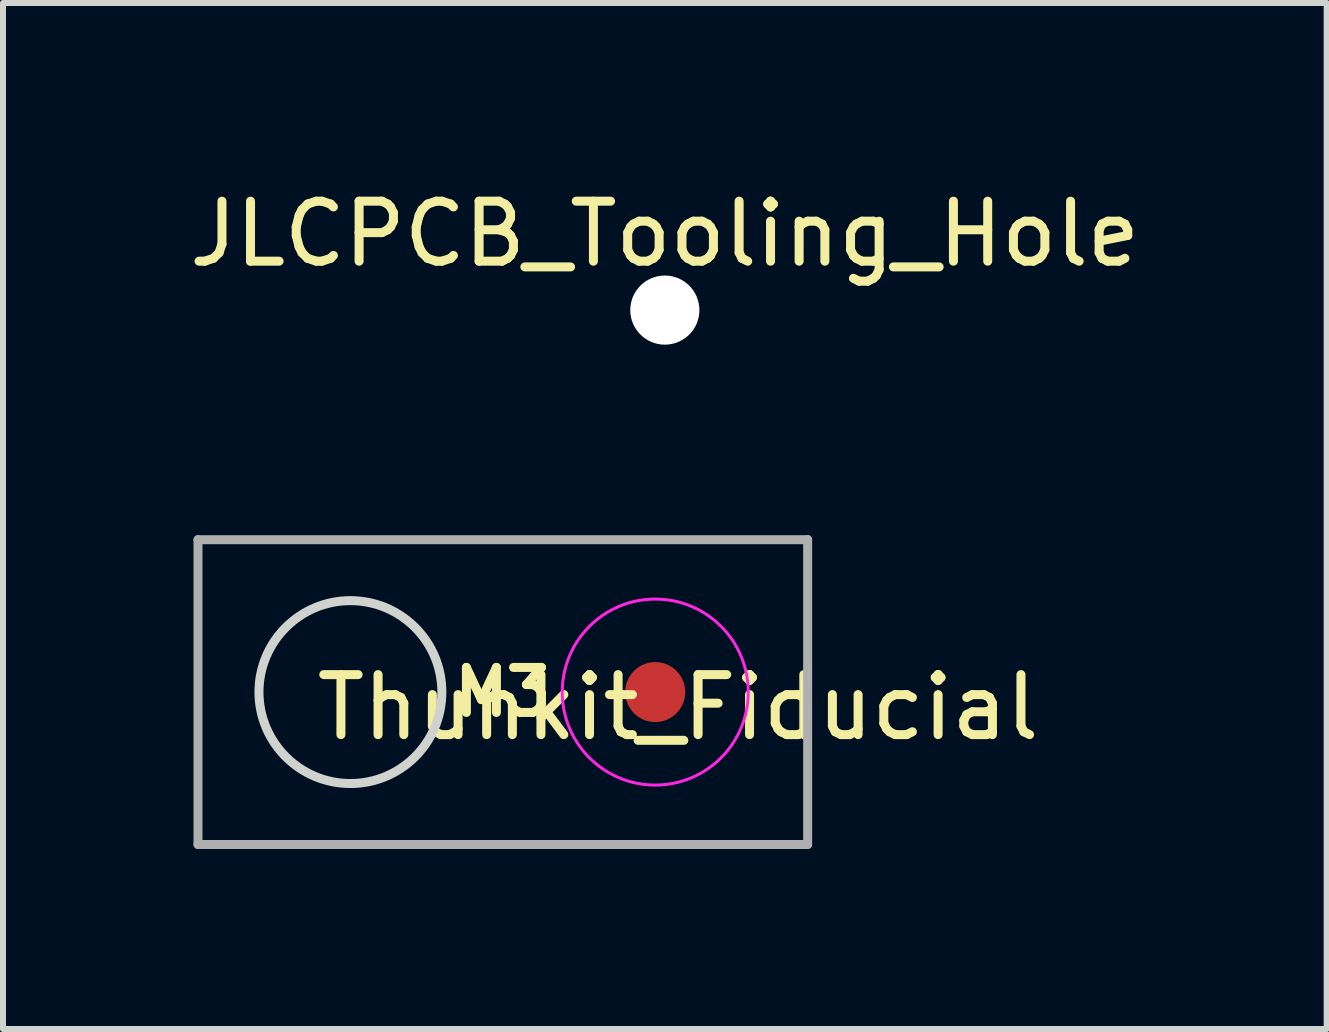
<source format=kicad_pcb>
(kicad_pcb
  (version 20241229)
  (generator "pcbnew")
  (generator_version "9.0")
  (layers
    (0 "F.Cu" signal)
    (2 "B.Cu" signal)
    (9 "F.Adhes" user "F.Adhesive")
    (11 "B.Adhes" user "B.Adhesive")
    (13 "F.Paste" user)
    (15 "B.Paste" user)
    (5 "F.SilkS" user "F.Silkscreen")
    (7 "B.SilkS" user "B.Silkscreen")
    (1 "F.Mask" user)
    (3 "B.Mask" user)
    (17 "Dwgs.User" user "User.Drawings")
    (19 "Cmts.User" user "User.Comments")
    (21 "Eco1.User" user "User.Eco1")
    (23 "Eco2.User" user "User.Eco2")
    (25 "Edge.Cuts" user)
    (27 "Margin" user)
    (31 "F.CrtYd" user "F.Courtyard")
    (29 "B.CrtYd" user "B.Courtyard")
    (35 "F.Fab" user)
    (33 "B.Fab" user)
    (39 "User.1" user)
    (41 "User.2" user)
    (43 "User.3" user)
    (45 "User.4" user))
  (footprint "JLCPCB_Tooling_Hole"
    (layer "F.Cu")
    (at 8.03 2.118)
    (property "Reference" "JLCPCB_Tooling_Hole" (at 0 -1.27 0) (layer "F.SilkS") (effects (font (size 1 1) (thickness 0.15))))
    (attr through_hole)
    (pad "" np_thru_hole circle (at 0 0) (size 1.152 1.152) (drill 1.152) (layers "*.Cu" "*.Mask")))
  (footprint "Thunkit_Fiducial"
    (layer "F.Cu")
    (at 0.25 5.944)
    (property "Reference" "Thunkit_Fiducial" (at 8.001 2.794 0) (layer "F.SilkS") (effects (font (size 1 1) (thickness 0.15))))
    (attr exclude_from_pos_files exclude_from_bom)
    (fp_circle (center 2.54 2.54) (end 4.064 2.54) (stroke (width 0.15) (type solid)) (fill no) (layer "Edge.Cuts"))
    (fp_circle (center 7.62 2.54) (end 9.17 2.54) (stroke (width 0.05) (type solid)) (fill no) (layer "F.CrtYd"))
    (fp_line (start 0 0) (end 0 5.08) (stroke (width 0.15) (type solid)) (layer "F.Fab"))
    (fp_line (start 0 0) (end 10.16 0) (stroke (width 0.15) (type solid)) (layer "F.Fab"))
    (fp_line (start 0 5.08) (end 10.16 5.08) (stroke (width 0.15) (type solid)) (layer "F.Fab"))
    (fp_line (start 10.16 0) (end 10.16 5.08) (stroke (width 0.15) (type solid)) (layer "F.Fab"))
    (fp_text user "M3" (at 5.08 2.54 0) (layer "F.SilkS") (effects (font (size 0.75 0.75) (thickness 0.15))))
    (pad "~" smd circle (at 7.62 2.54) (size 1 1) (layers "F.Cu" "F.Mask")))
  (gr_rect
    (start -3 -3)
    (end 19.06 14.099)
    (stroke (width 0.1) (type default))
    (fill no)
    (layer "Edge.Cuts")))
</source>
